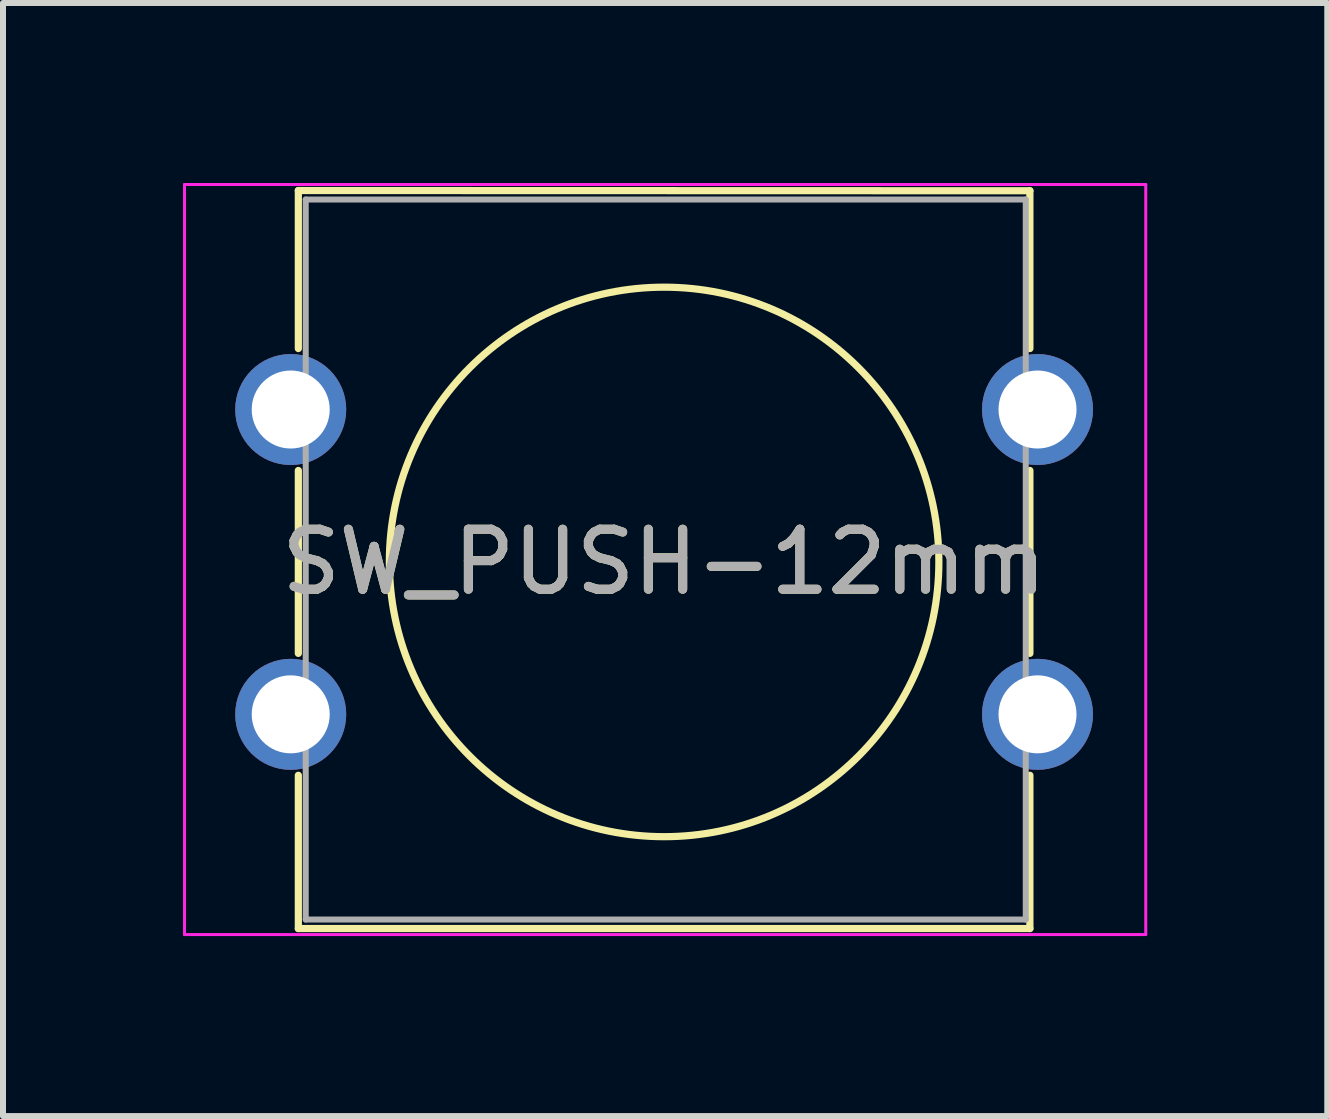
<source format=kicad_pcb>
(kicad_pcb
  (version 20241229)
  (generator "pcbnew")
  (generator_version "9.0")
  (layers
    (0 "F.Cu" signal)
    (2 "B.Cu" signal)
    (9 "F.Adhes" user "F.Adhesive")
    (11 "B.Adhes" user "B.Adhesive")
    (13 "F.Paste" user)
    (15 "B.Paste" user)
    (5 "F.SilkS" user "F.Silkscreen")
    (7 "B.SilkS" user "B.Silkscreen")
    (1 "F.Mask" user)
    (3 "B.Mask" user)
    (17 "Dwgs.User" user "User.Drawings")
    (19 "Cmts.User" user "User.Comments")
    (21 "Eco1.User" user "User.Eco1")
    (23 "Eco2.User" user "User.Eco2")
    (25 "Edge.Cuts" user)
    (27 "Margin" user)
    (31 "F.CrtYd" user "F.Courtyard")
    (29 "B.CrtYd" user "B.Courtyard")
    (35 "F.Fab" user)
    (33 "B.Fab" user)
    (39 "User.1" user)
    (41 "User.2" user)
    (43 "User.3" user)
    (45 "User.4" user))
  (footprint "SW_PUSH-12mm"
    (layer "F.Cu")
    (at 1.795 3.775)
    (property "Reference" "SW_PUSH-12mm" (at 6.223 2.54 0) (layer "F.SilkS") (effects (font (size 1 1) (thickness 0.15))))
    (attr through_hole)
    (fp_line (start 0.127 -3.65) (end 12.319 -3.646) (stroke (width 0.12) (type solid)) (layer "F.SilkS"))
    (fp_line (start 0.127 -1.016) (end 0.127 -3.65) (stroke (width 0.12) (type solid)) (layer "F.SilkS"))
    (fp_line (start 0.127 4.064) (end 0.127 1.016) (stroke (width 0.12) (type solid)) (layer "F.SilkS"))
    (fp_line (start 0.127 8.65) (end 0.127 6.096) (stroke (width 0.12) (type solid)) (layer "F.SilkS"))
    (fp_line (start 12.319 -3.646) (end 12.319 -1.016) (stroke (width 0.12) (type solid)) (layer "F.SilkS"))
    (fp_line (start 12.319 1.016) (end 12.319 4.064) (stroke (width 0.12) (type solid)) (layer "F.SilkS"))
    (fp_line (start 12.319 6.096) (end 12.319 8.65) (stroke (width 0.12) (type solid)) (layer "F.SilkS"))
    (fp_line (start 12.319 8.65) (end 0.127 8.65) (stroke (width 0.12) (type solid)) (layer "F.SilkS"))
    (fp_circle (center 6.223 2.54) (end 10.033 5.08) (stroke (width 0.12) (type solid)) (fill no) (layer "F.SilkS"))
    (fp_line (start -1.77 -3.75) (end -1.77 8.75) (stroke (width 0.05) (type solid)) (layer "F.CrtYd"))
    (fp_line (start -1.77 -3.75) (end 14.25 -3.75) (stroke (width 0.05) (type solid)) (layer "F.CrtYd"))
    (fp_line (start 14.25 8.75) (end -1.77 8.75) (stroke (width 0.05) (type solid)) (layer "F.CrtYd"))
    (fp_line (start 14.25 8.75) (end 14.25 -3.75) (stroke (width 0.05) (type solid)) (layer "F.CrtYd"))
    (fp_line (start 0.25 -3.5) (end 0.25 8.5) (stroke (width 0.1) (type solid)) (layer "F.Fab"))
    (fp_line (start 0.25 -3.5) (end 12.25 -3.5) (stroke (width 0.1) (type solid)) (layer "F.Fab"))
    (fp_line (start 0.25 8.5) (end 12.25 8.5) (stroke (width 0.1) (type solid)) (layer "F.Fab"))
    (fp_line (start 12.25 -3.5) (end 12.25 8.5) (stroke (width 0.1) (type solid)) (layer "F.Fab"))
    (fp_text user "${REFERENCE}" (at 6.223 2.54 0) (layer "F.Fab") (effects (font (size 1 1) (thickness 0.15))))
    (pad "1" thru_hole circle (at 0 0) (size 1.85 1.85) (drill 1.3) (layers "*.Cu" "*.Mask"))
    (pad "2" thru_hole circle (at 12.446 0) (size 1.85 1.85) (drill 1.3) (layers "*.Cu" "*.Mask"))
    (pad "3" thru_hole circle (at 0 5.08) (size 1.85 1.85) (drill 1.3) (layers "*.Cu" "*.Mask"))
    (pad "4" thru_hole circle (at 12.446 5.08) (size 1.85 1.85) (drill 1.3) (layers "*.Cu" "*.Mask")))
  (gr_rect
    (start -3 -3)
    (end 19.07 15.55)
    (stroke (width 0.1) (type default))
    (fill no)
    (layer "Edge.Cuts")))
</source>
